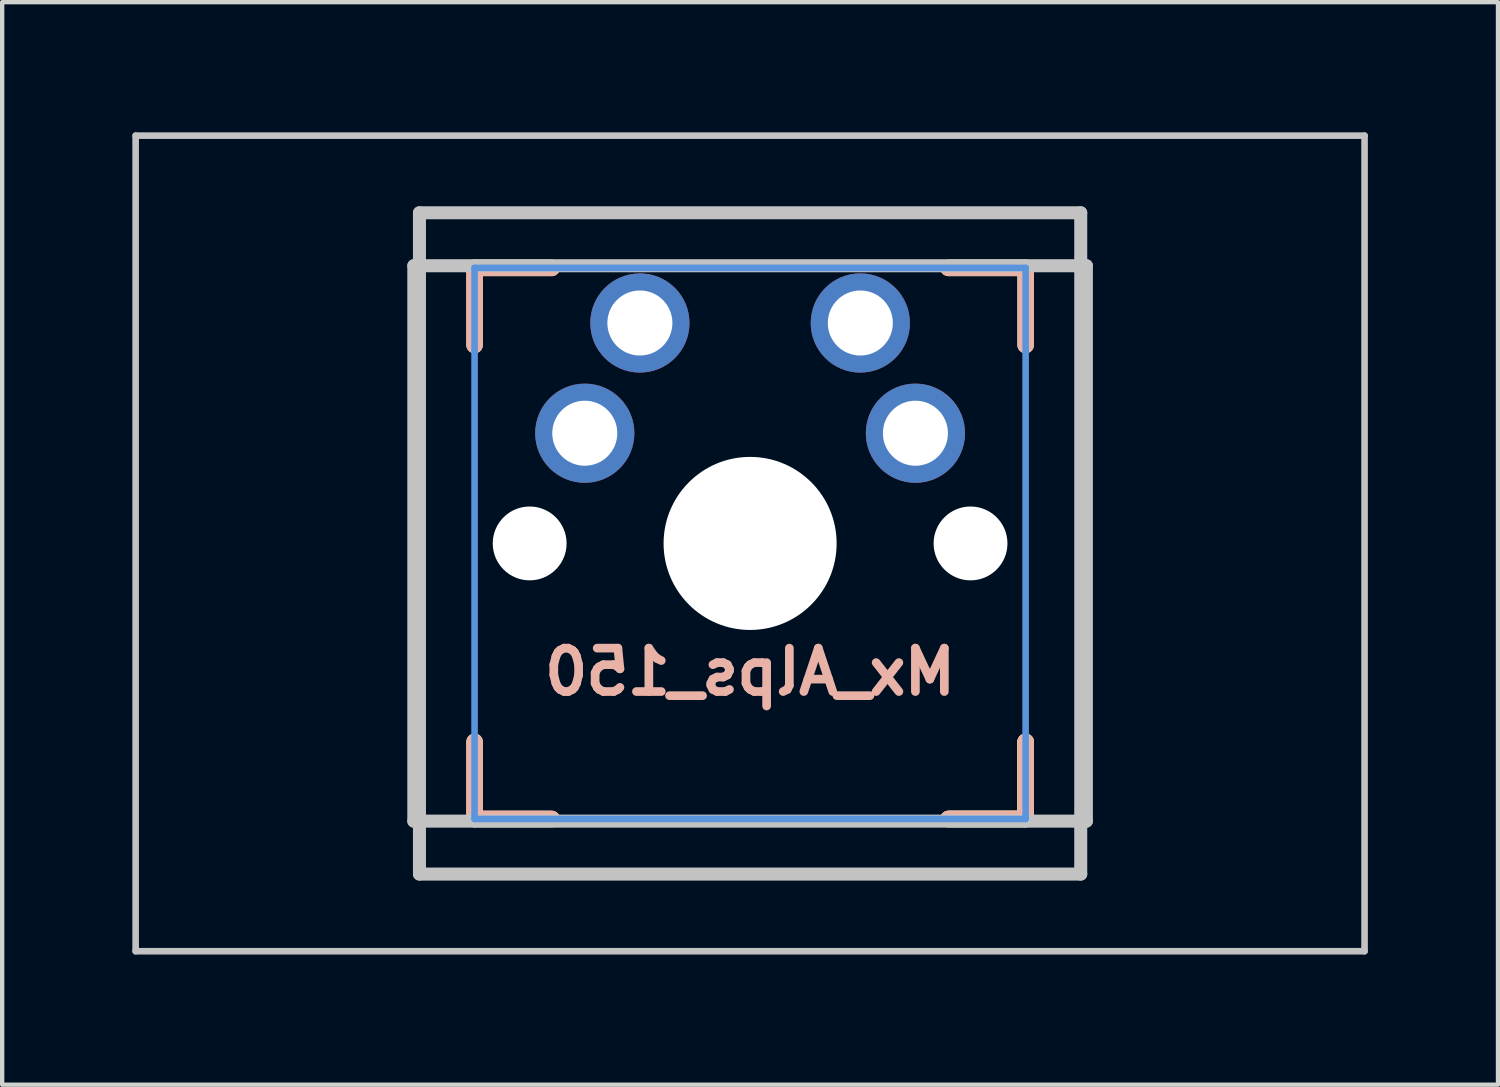
<source format=kicad_pcb>
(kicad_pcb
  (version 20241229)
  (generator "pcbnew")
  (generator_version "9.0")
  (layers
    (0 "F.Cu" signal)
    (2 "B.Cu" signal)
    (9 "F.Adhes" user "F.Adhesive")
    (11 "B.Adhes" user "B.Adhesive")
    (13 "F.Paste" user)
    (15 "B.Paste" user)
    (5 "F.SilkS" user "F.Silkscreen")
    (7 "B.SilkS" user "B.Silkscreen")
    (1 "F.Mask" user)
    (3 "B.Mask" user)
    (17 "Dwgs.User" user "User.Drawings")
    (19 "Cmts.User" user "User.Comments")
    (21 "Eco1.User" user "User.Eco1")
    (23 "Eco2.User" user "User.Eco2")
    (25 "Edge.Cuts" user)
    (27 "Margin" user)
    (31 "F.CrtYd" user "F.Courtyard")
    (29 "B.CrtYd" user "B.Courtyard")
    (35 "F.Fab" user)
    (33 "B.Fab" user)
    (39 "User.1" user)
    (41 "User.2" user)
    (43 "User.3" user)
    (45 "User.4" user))
  (footprint "Mx_Alps_150"
    (layer "F.Cu")
    (at 14.237 9.474)
    (property "Reference" "Mx_Alps_150" (at 0 2.961 0) (layer "B.SilkS") (effects (font (size 1 1) (thickness 0.2)) (justify mirror)))
    (attr through_hole)
    (fp_line (start -6.35 -6.35) (end -4.572 -6.35) (stroke (width 0.381) (type solid)) (layer "F.SilkS"))
    (fp_line (start -6.35 -4.572) (end -6.35 -6.35) (stroke (width 0.381) (type solid)) (layer "F.SilkS"))
    (fp_line (start -6.35 6.35) (end -6.35 4.572) (stroke (width 0.381) (type solid)) (layer "F.SilkS"))
    (fp_line (start -4.572 6.35) (end -6.35 6.35) (stroke (width 0.381) (type solid)) (layer "F.SilkS"))
    (fp_line (start 4.572 -6.35) (end 6.35 -6.35) (stroke (width 0.381) (type solid)) (layer "F.SilkS"))
    (fp_line (start 6.35 -6.35) (end 6.35 -4.572) (stroke (width 0.381) (type solid)) (layer "F.SilkS"))
    (fp_line (start 6.35 4.572) (end 6.35 6.35) (stroke (width 0.381) (type solid)) (layer "F.SilkS"))
    (fp_line (start 6.35 4.572) (end 6.35 6.35) (stroke (width 0.381) (type solid)) (layer "F.SilkS"))
    (fp_line (start 6.35 6.35) (end 4.572 6.35) (stroke (width 0.381) (type solid)) (layer "F.SilkS"))
    (fp_line (start 6.35 6.35) (end 4.572 6.35) (stroke (width 0.381) (type solid)) (layer "F.SilkS"))
    (fp_line (start -6.35 -6.35) (end -6.35 -4.572) (stroke (width 0.381) (type solid)) (layer "B.SilkS"))
    (fp_line (start -6.35 4.572) (end -6.35 6.35) (stroke (width 0.381) (type solid)) (layer "B.SilkS"))
    (fp_line (start -6.35 6.35) (end -4.572 6.35) (stroke (width 0.381) (type solid)) (layer "B.SilkS"))
    (fp_line (start -4.572 -6.35) (end -6.35 -6.35) (stroke (width 0.381) (type solid)) (layer "B.SilkS"))
    (fp_line (start 4.572 6.35) (end 6.35 6.35) (stroke (width 0.381) (type solid)) (layer "B.SilkS"))
    (fp_line (start 6.35 -6.35) (end 4.572 -6.35) (stroke (width 0.381) (type solid)) (layer "B.SilkS"))
    (fp_line (start 6.35 -4.572) (end 6.35 -6.35) (stroke (width 0.381) (type solid)) (layer "B.SilkS"))
    (fp_line (start 6.35 6.35) (end 6.35 4.572) (stroke (width 0.381) (type solid)) (layer "B.SilkS"))
    (fp_line (start -14.161 -9.398) (end 14.161 -9.398) (stroke (width 0.152) (type solid)) (layer "Dwgs.User"))
    (fp_line (start -14.161 9.398) (end -14.161 -9.398) (stroke (width 0.152) (type solid)) (layer "Dwgs.User"))
    (fp_line (start -7.75 6.4) (end -7.75 -6.4) (stroke (width 0.3) (type solid)) (layer "Dwgs.User"))
    (fp_line (start -7.75 6.4) (end 7.75 6.4) (stroke (width 0.3) (type solid)) (layer "Dwgs.User"))
    (fp_line (start -7.62 -7.62) (end 7.62 -7.62) (stroke (width 0.3) (type solid)) (layer "Dwgs.User"))
    (fp_line (start -7.62 7.62) (end -7.62 -7.62) (stroke (width 0.3) (type solid)) (layer "Dwgs.User"))
    (fp_line (start 7.62 -7.62) (end 7.62 7.62) (stroke (width 0.3) (type solid)) (layer "Dwgs.User"))
    (fp_line (start 7.62 7.62) (end -7.62 7.62) (stroke (width 0.3) (type solid)) (layer "Dwgs.User"))
    (fp_line (start 7.75 -6.4) (end -7.75 -6.4) (stroke (width 0.3) (type solid)) (layer "Dwgs.User"))
    (fp_line (start 7.75 6.4) (end 7.75 -6.4) (stroke (width 0.3) (type solid)) (layer "Dwgs.User"))
    (fp_line (start 14.161 -9.398) (end 14.161 9.398) (stroke (width 0.152) (type solid)) (layer "Dwgs.User"))
    (fp_line (start 14.161 9.398) (end -14.161 9.398) (stroke (width 0.152) (type solid)) (layer "Dwgs.User"))
    (fp_line (start -6.35 -6.35) (end 6.35 -6.35) (stroke (width 0.152) (type solid)) (layer "Cmts.User"))
    (fp_line (start -6.35 6.35) (end -6.35 -6.35) (stroke (width 0.152) (type solid)) (layer "Cmts.User"))
    (fp_line (start 6.35 -6.35) (end 6.35 6.35) (stroke (width 0.152) (type solid)) (layer "Cmts.User"))
    (fp_line (start 6.35 6.35) (end -6.35 6.35) (stroke (width 0.152) (type solid)) (layer "Cmts.User"))
    (fp_line (start -6.985 -6.985) (end 6.985 -6.985) (stroke (width 0.152) (type solid)) (layer "Eco2.User"))
    (fp_line (start -6.985 6.985) (end -6.985 -6.985) (stroke (width 0.152) (type solid)) (layer "Eco2.User"))
    (fp_line (start 6.985 -6.985) (end 6.985 6.985) (stroke (width 0.152) (type solid)) (layer "Eco2.User"))
    (fp_line (start 6.985 6.985) (end -6.985 6.985) (stroke (width 0.152) (type solid)) (layer "Eco2.User"))
    (pad "" np_thru_hole circle (at -5.08 0) (size 1.702 1.702) (drill 1.702) (layers "*.Cu"))
    (pad "" np_thru_hole circle (at 0 0) (size 3.988 3.988) (drill 3.988) (layers "*.Cu"))
    (pad "" np_thru_hole circle (at 5.08 0) (size 1.702 1.702) (drill 1.702) (layers "*.Cu"))
    (pad "1" thru_hole circle (at -3.81 -2.54) (size 2.286 2.286) (drill 1.499) (layers "*.Cu" "*.Mask"))
    (pad "1" thru_hole circle (at -2.54 -5.08) (size 2.286 2.286) (drill 1.499) (layers "*.Cu" "*.Mask"))
    (pad "2" thru_hole circle (at 2.54 -5.08) (size 2.286 2.286) (drill 1.499) (layers "*.Cu" "*.Mask"))
    (pad "2" thru_hole circle (at 3.81 -2.54) (size 2.286 2.286) (drill 1.499) (layers "*.Cu" "*.Mask")))
  (gr_rect
    (start -3 -3)
    (end 31.473 21.948)
    (stroke (width 0.1) (type default))
    (fill no)
    (layer "Edge.Cuts")))
</source>
